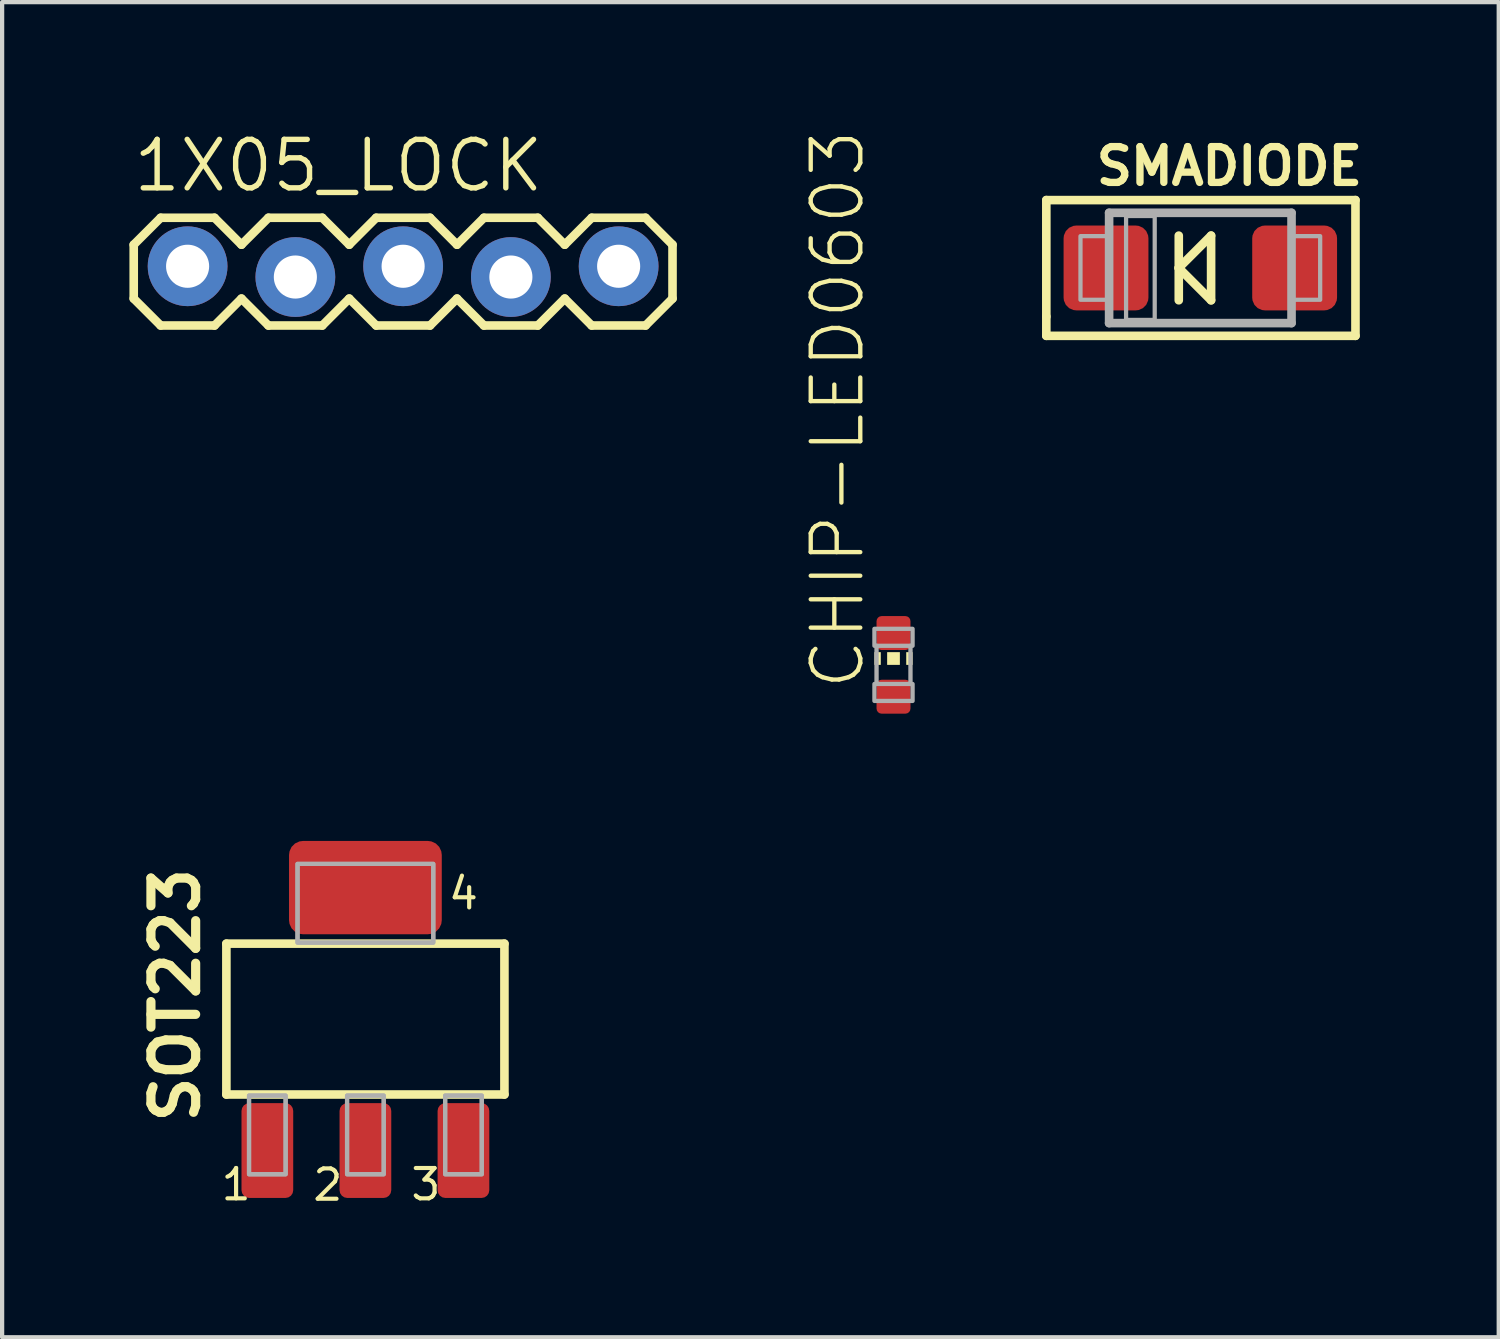
<source format=kicad_pcb>
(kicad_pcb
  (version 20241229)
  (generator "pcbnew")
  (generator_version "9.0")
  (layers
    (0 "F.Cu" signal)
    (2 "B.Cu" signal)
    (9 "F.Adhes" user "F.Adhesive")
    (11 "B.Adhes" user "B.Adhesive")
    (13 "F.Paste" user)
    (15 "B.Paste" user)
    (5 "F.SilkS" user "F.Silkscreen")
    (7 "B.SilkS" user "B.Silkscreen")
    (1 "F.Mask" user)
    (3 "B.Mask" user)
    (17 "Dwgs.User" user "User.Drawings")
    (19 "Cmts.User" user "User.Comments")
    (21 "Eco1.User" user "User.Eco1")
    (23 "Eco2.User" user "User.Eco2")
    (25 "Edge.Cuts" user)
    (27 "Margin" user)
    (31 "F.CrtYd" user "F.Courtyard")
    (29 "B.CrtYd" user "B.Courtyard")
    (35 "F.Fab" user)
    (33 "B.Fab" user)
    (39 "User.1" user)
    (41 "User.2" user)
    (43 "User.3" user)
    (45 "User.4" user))
  (footprint "SOT223"
    (layer "F.Cu")
    (at 5.563 20.971)
    (property "Reference" "SOT223" (at -3.861 2.54 90) (unlocked yes) (layer "F.SilkS") (effects (font (size 1.054 1.054) (thickness 0.216)) (justify left bottom)))
    (fp_line (start -3.277 -1.778) (end 3.277 -1.778) (stroke (width 0.203) (type solid)) (layer "F.SilkS"))
    (fp_line (start -3.277 1.778) (end -3.277 -1.778) (stroke (width 0.203) (type solid)) (layer "F.SilkS"))
    (fp_line (start 3.277 -1.778) (end 3.277 1.778) (stroke (width 0.203) (type solid)) (layer "F.SilkS"))
    (fp_line (start 3.277 1.778) (end -3.277 1.778) (stroke (width 0.203) (type solid)) (layer "F.SilkS"))
    (fp_poly (pts (xy -2.743 3.658) (xy -1.88 3.658) (xy -1.88 1.803) (xy -2.743 1.803)) (stroke (width 0.1) (type default)) (fill no) (layer "F.Fab"))
    (fp_poly (pts (xy -2.743 3.658) (xy -1.88 3.658) (xy -1.88 1.803) (xy -2.743 1.803)) (stroke (width 0.1) (type default)) (fill no) (layer "F.Fab"))
    (fp_poly (pts (xy -1.6 -1.803) (xy 1.6 -1.803) (xy 1.6 -3.658) (xy -1.6 -3.658)) (stroke (width 0.1) (type default)) (fill no) (layer "F.Fab"))
    (fp_poly (pts (xy -1.6 -1.803) (xy 1.6 -1.803) (xy 1.6 -3.658) (xy -1.6 -3.658)) (stroke (width 0.1) (type default)) (fill no) (layer "F.Fab"))
    (fp_poly (pts (xy -0.432 3.658) (xy 0.432 3.658) (xy 0.432 1.803) (xy -0.432 1.803)) (stroke (width 0.1) (type default)) (fill no) (layer "F.Fab"))
    (fp_poly (pts (xy -0.432 3.658) (xy 0.432 3.658) (xy 0.432 1.803) (xy -0.432 1.803)) (stroke (width 0.1) (type default)) (fill no) (layer "F.Fab"))
    (fp_poly (pts (xy 1.88 3.658) (xy 2.743 3.658) (xy 2.743 1.803) (xy 1.88 1.803)) (stroke (width 0.1) (type default)) (fill no) (layer "F.Fab"))
    (fp_poly (pts (xy 1.88 3.658) (xy 2.743 3.658) (xy 2.743 1.803) (xy 1.88 1.803)) (stroke (width 0.1) (type default)) (fill no) (layer "F.Fab"))
    (fp_text user "3" (at 1.021 4.318 0) (unlocked yes) (layer "F.SilkS") (effects (font (size 0.715 0.715) (thickness 0.098)) (justify left bottom)))
    (fp_text user "1" (at -3.453 4.318 0) (unlocked yes) (layer "F.SilkS") (effects (font (size 0.715 0.715) (thickness 0.098)) (justify left bottom)))
    (fp_text user "2" (at -1.291 4.327 0) (unlocked yes) (layer "F.SilkS") (effects (font (size 0.715 0.715) (thickness 0.098)) (justify left bottom)))
    (fp_text user "4" (at 1.905 -2.54 0) (unlocked yes) (layer "F.SilkS") (effects (font (size 0.715 0.715) (thickness 0.098)) (justify left bottom)))
    (pad "1" smd roundrect (at -2.311 3.099) (size 1.219 2.235) (layers "F.Cu" "F.Mask" "F.Paste") (roundrect_rratio 0.15))
    (pad "2" smd roundrect (at 0 3.099) (size 1.219 2.235) (layers "F.Cu" "F.Mask" "F.Paste") (roundrect_rratio 0.15))
    (pad "3" smd roundrect (at 2.311 3.099) (size 1.219 2.235) (layers "F.Cu" "F.Mask" "F.Paste") (roundrect_rratio 0.15))
    (pad "4" smd roundrect (at 0 -3.099) (size 3.6 2.2) (layers "F.Cu" "F.Mask" "F.Paste") (roundrect_rratio 0.15)))
  (footprint "CHIP-LED0603"
    (layer "F.Cu")
    (at 18.011 12.622)
    (property "Reference" "CHIP-LED0603" (at -0.635 0.635 90) (unlocked yes) (layer "F.SilkS") (effects (font (size 1.168 1.168) (thickness 0.102)) (justify left bottom)))
    (fp_poly (pts (xy -0.45 0) (xy -0.3 0) (xy -0.3 -0.3) (xy -0.45 -0.3)) (stroke (width 0) (type default)) (fill yes) (layer "F.SilkS"))
    (fp_poly (pts (xy -0.15 0) (xy 0.15 0) (xy 0.15 -0.3) (xy -0.15 -0.3)) (stroke (width 0) (type default)) (fill yes) (layer "F.SilkS"))
    (fp_poly (pts (xy 0.3 0) (xy 0.45 0) (xy 0.45 -0.3) (xy 0.3 -0.3)) (stroke (width 0) (type default)) (fill yes) (layer "F.SilkS"))
    (fp_line (start -0.4 -0.45) (end -0.4 0.45) (stroke (width 0.102) (type solid)) (layer "F.Fab"))
    (fp_line (start 0.4 -0.45) (end 0.4 0.45) (stroke (width 0.102) (type solid)) (layer "F.Fab"))
    (fp_poly (pts (xy -0.45 -0.45) (xy 0.45 -0.45) (xy 0.45 -0.85) (xy -0.45 -0.85)) (stroke (width 0.1) (type default)) (fill no) (layer "F.Fab"))
    (fp_poly (pts (xy -0.45 0.85) (xy 0.45 0.85) (xy 0.45 0.45) (xy -0.45 0.45)) (stroke (width 0.1) (type default)) (fill no) (layer "F.Fab"))
    (pad "A" smd roundrect (at 0 0.75) (size 0.8 0.8) (layers "F.Cu" "F.Mask" "F.Paste") (roundrect_rratio 0.15))
    (pad "C" smd roundrect (at 0 -0.75) (size 0.8 0.8) (layers "F.Cu" "F.Mask" "F.Paste") (roundrect_rratio 0.15)))
  (footprint "SMADIODE"
    (layer "F.Cu")
    (at 25.243 3.266)
    (property "Reference" "SMADIODE" (at -2.54 -1.905 0) (unlocked yes) (layer "F.SilkS") (effects (font (size 0.843 0.843) (thickness 0.173)) (justify left bottom)))
    (fp_line (start -3.63 -1.6) (end 3.657 -1.6) (stroke (width 0.203) (type solid)) (layer "F.SilkS"))
    (fp_line (start -3.63 1.146) (end -3.63 -1.6) (stroke (width 0.203) (type solid)) (layer "F.SilkS"))
    (fp_line (start -3.63 1.394) (end -3.63 1.146) (stroke (width 0.127) (type solid)) (layer "F.SilkS"))
    (fp_line (start -3.63 1.6) (end -3.63 1.146) (stroke (width 0.203) (type solid)) (layer "F.SilkS"))
    (fp_line (start -0.508 -0.762) (end -0.508 0) (stroke (width 0.203) (type solid)) (layer "F.SilkS"))
    (fp_line (start -0.508 0) (end -0.508 0.762) (stroke (width 0.203) (type solid)) (layer "F.SilkS"))
    (fp_line (start -0.508 0) (end 0.254 -0.762) (stroke (width 0.203) (type solid)) (layer "F.SilkS"))
    (fp_line (start 0.254 -0.762) (end 0.254 0.762) (stroke (width 0.203) (type solid)) (layer "F.SilkS"))
    (fp_line (start 0.254 0.762) (end -0.508 0) (stroke (width 0.203) (type solid)) (layer "F.SilkS"))
    (fp_line (start 3.657 -1.6) (end 3.657 1.6) (stroke (width 0.203) (type solid)) (layer "F.SilkS"))
    (fp_line (start 3.657 1.6) (end -3.63 1.6) (stroke (width 0.203) (type solid)) (layer "F.SilkS"))
    (fp_poly (pts (xy -1.251 0) (xy -1.819 0.946) (xy -3.169 0.946) (xy -3.169 -0.946) (xy -1.819 -0.946)) (stroke (width 0) (type default)) (fill yes) (layer "F.Paste"))
    (fp_poly (pts (xy 3.169 0.946) (xy 1.819 0.946) (xy 1.251 0) (xy 1.819 -0.946) (xy 3.169 -0.946)) (stroke (width 0) (type default)) (fill yes) (layer "F.Paste"))
    (fp_line (start -2.15 -1.3) (end 2.15 -1.3) (stroke (width 0.203) (type solid)) (layer "F.Fab"))
    (fp_line (start -2.15 1.3) (end -2.15 -1.3) (stroke (width 0.203) (type solid)) (layer "F.Fab"))
    (fp_line (start 2.15 -1.3) (end 2.15 1.3) (stroke (width 0.203) (type solid)) (layer "F.Fab"))
    (fp_line (start 2.15 1.3) (end -2.15 1.3) (stroke (width 0.203) (type solid)) (layer "F.Fab"))
    (fp_poly (pts (xy -2.825 0.75) (xy -2.175 0.75) (xy -2.175 -0.75) (xy -2.825 -0.75)) (stroke (width 0.1) (type default)) (fill no) (layer "F.Fab"))
    (fp_poly (pts (xy -1.75 1.225) (xy -1.075 1.225) (xy -1.075 -1.225) (xy -1.75 -1.225)) (stroke (width 0.1) (type default)) (fill no) (layer "F.Fab"))
    (fp_poly (pts (xy 2.175 0.75) (xy 2.825 0.75) (xy 2.825 -0.75) (xy 2.175 -0.75)) (stroke (width 0.1) (type default)) (fill no) (layer "F.Fab"))
    (pad "A" smd roundrect (at 2.223 0) (size 2 2) (layers "F.Cu" "F.Mask") (roundrect_rratio 0.15))
    (pad "C" smd roundrect (at -2.223 0) (size 2 2) (layers "F.Cu" "F.Mask") (roundrect_rratio 0.15)))
  (footprint "1X05_LOCK"
    (layer "F.Cu")
    (at 1.372 3.353)
    (property "Reference" "1X05_LOCK" (at -1.346 -1.829 0) (unlocked yes) (layer "F.SilkS") (effects (font (size 1.143 1.143) (thickness 0.127)) (justify left bottom)))
    (fp_line (start -1.27 -0.635) (end -1.27 0.635) (stroke (width 0.203) (type solid)) (layer "F.SilkS"))
    (fp_line (start -1.27 0.635) (end -0.635 1.27) (stroke (width 0.203) (type solid)) (layer "F.SilkS"))
    (fp_line (start -0.635 -1.27) (end -1.27 -0.635) (stroke (width 0.203) (type solid)) (layer "F.SilkS"))
    (fp_line (start -0.635 -1.27) (end 0.635 -1.27) (stroke (width 0.203) (type solid)) (layer "F.SilkS"))
    (fp_line (start 0.635 -1.27) (end 1.27 -0.635) (stroke (width 0.203) (type solid)) (layer "F.SilkS"))
    (fp_line (start 0.635 1.27) (end -0.635 1.27) (stroke (width 0.203) (type solid)) (layer "F.SilkS"))
    (fp_line (start 1.27 -0.635) (end 1.905 -1.27) (stroke (width 0.203) (type solid)) (layer "F.SilkS"))
    (fp_line (start 1.27 0.635) (end 0.635 1.27) (stroke (width 0.203) (type solid)) (layer "F.SilkS"))
    (fp_line (start 1.905 -1.27) (end 3.175 -1.27) (stroke (width 0.203) (type solid)) (layer "F.SilkS"))
    (fp_line (start 1.905 1.27) (end 1.27 0.635) (stroke (width 0.203) (type solid)) (layer "F.SilkS"))
    (fp_line (start 3.175 -1.27) (end 3.81 -0.635) (stroke (width 0.203) (type solid)) (layer "F.SilkS"))
    (fp_line (start 3.175 1.27) (end 1.905 1.27) (stroke (width 0.203) (type solid)) (layer "F.SilkS"))
    (fp_line (start 3.81 -0.635) (end 4.445 -1.27) (stroke (width 0.203) (type solid)) (layer "F.SilkS"))
    (fp_line (start 3.81 0.635) (end 3.175 1.27) (stroke (width 0.203) (type solid)) (layer "F.SilkS"))
    (fp_line (start 4.445 -1.27) (end 5.715 -1.27) (stroke (width 0.203) (type solid)) (layer "F.SilkS"))
    (fp_line (start 4.445 1.27) (end 3.81 0.635) (stroke (width 0.203) (type solid)) (layer "F.SilkS"))
    (fp_line (start 5.715 -1.27) (end 6.35 -0.635) (stroke (width 0.203) (type solid)) (layer "F.SilkS"))
    (fp_line (start 5.715 1.27) (end 4.445 1.27) (stroke (width 0.203) (type solid)) (layer "F.SilkS"))
    (fp_line (start 6.35 -0.635) (end 6.985 -1.27) (stroke (width 0.203) (type solid)) (layer "F.SilkS"))
    (fp_line (start 6.35 0.635) (end 5.715 1.27) (stroke (width 0.203) (type solid)) (layer "F.SilkS"))
    (fp_line (start 6.985 -1.27) (end 8.255 -1.27) (stroke (width 0.203) (type solid)) (layer "F.SilkS"))
    (fp_line (start 6.985 1.27) (end 6.35 0.635) (stroke (width 0.203) (type solid)) (layer "F.SilkS"))
    (fp_line (start 8.255 -1.27) (end 8.89 -0.635) (stroke (width 0.203) (type solid)) (layer "F.SilkS"))
    (fp_line (start 8.255 1.27) (end 6.985 1.27) (stroke (width 0.203) (type solid)) (layer "F.SilkS"))
    (fp_line (start 8.89 -0.635) (end 9.525 -1.27) (stroke (width 0.203) (type solid)) (layer "F.SilkS"))
    (fp_line (start 8.89 0.635) (end 8.255 1.27) (stroke (width 0.203) (type solid)) (layer "F.SilkS"))
    (fp_line (start 9.525 -1.27) (end 10.795 -1.27) (stroke (width 0.203) (type solid)) (layer "F.SilkS"))
    (fp_line (start 9.525 1.27) (end 8.89 0.635) (stroke (width 0.203) (type solid)) (layer "F.SilkS"))
    (fp_line (start 10.795 -1.27) (end 11.43 -0.635) (stroke (width 0.203) (type solid)) (layer "F.SilkS"))
    (fp_line (start 10.795 1.27) (end 9.525 1.27) (stroke (width 0.203) (type solid)) (layer "F.SilkS"))
    (fp_line (start 11.43 -0.635) (end 11.43 0.635) (stroke (width 0.203) (type solid)) (layer "F.SilkS"))
    (fp_line (start 11.43 0.635) (end 10.795 1.27) (stroke (width 0.203) (type solid)) (layer "F.SilkS"))
    (fp_poly (pts (xy -0.254 0.254) (xy 0.254 0.254) (xy 0.254 -0.254) (xy -0.254 -0.254)) (stroke (width 0.1) (type default)) (fill no) (layer "F.Fab"))
    (fp_poly (pts (xy 2.286 0.254) (xy 2.794 0.254) (xy 2.794 -0.254) (xy 2.286 -0.254)) (stroke (width 0.1) (type default)) (fill no) (layer "F.Fab"))
    (fp_poly (pts (xy 4.826 0.254) (xy 5.334 0.254) (xy 5.334 -0.254) (xy 4.826 -0.254)) (stroke (width 0.1) (type default)) (fill no) (layer "F.Fab"))
    (fp_poly (pts (xy 7.366 0.254) (xy 7.874 0.254) (xy 7.874 -0.254) (xy 7.366 -0.254)) (stroke (width 0.1) (type default)) (fill no) (layer "F.Fab"))
    (fp_poly (pts (xy 9.906 0.254) (xy 10.414 0.254) (xy 10.414 -0.254) (xy 9.906 -0.254)) (stroke (width 0.1) (type default)) (fill no) (layer "F.Fab"))
    (pad "1" thru_hole circle (at 0 -0.127 90) (size 1.88 1.88) (drill 1.016) (layers "*.Cu" "*.Mask"))
    (pad "2" thru_hole circle (at 2.54 0.127 90) (size 1.88 1.88) (drill 1.016) (layers "*.Cu" "*.Mask"))
    (pad "3" thru_hole circle (at 5.08 -0.127 90) (size 1.88 1.88) (drill 1.016) (layers "*.Cu" "*.Mask"))
    (pad "4" thru_hole circle (at 7.62 0.127 90) (size 1.88 1.88) (drill 1.016) (layers "*.Cu" "*.Mask"))
    (pad "5" thru_hole circle (at 10.16 -0.127 90) (size 1.88 1.88) (drill 1.016) (layers "*.Cu" "*.Mask")))
  (gr_rect
    (start -3 -3)
    (end 32.277 28.47)
    (stroke (width 0.1) (type default))
    (fill no)
    (layer "Edge.Cuts")))
</source>
